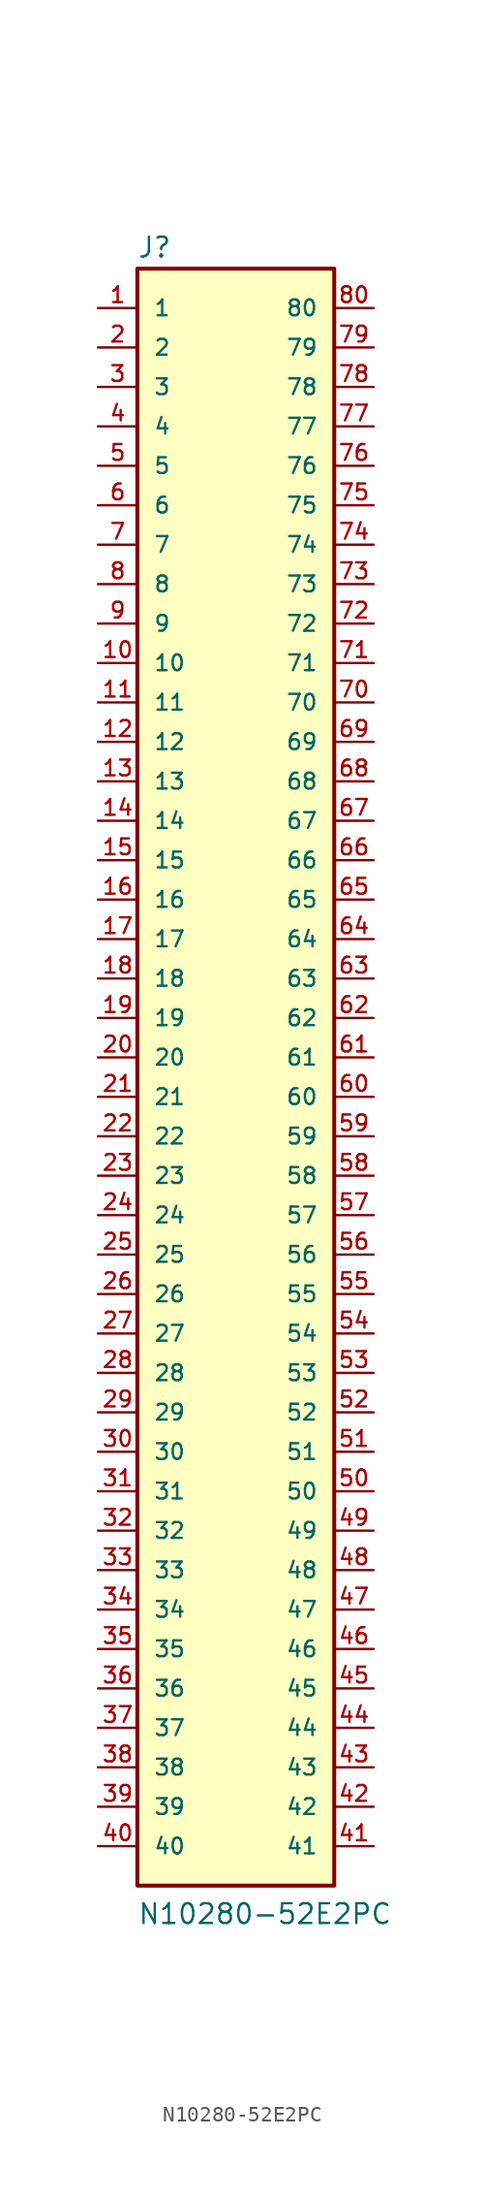
<source format=kicad_sym>
(kicad_symbol_lib
  (version 20211014)
  (generator kicad_symbol_editor)
  (symbol "N10280-52E2PC"
    (pin_names
      (offset 1.016))
    (property "Reference" "J"
      (at -7.637 51.422 0)
      (effects (font (size 1.27 1.27)) (justify bottom left)))
    (property "Value" "N10280-52E2PC"
      (at -7.624 -55.908 0)
      (effects (font (size 1.27 1.27)) (justify bottom left)))
    (symbol "N10280-52E2PC_0_0"
      (rectangle (start -7.62 -53.34) (end 5.08 50.8) (stroke (width 0.254)) (fill (type background)))
      (pin passive line (at -10.16 48.26 0) (length 2.54) (name "1" (effects (font (size 1.016 1.016)))) (number "1" (effects (font (size 1.016 1.016)))))
      (pin passive line (at -10.16 45.72 0) (length 2.54) (name "2" (effects (font (size 1.016 1.016)))) (number "2" (effects (font (size 1.016 1.016)))))
      (pin passive line (at -10.16 43.18 0) (length 2.54) (name "3" (effects (font (size 1.016 1.016)))) (number "3" (effects (font (size 1.016 1.016)))))
      (pin passive line (at -10.16 40.64 0) (length 2.54) (name "4" (effects (font (size 1.016 1.016)))) (number "4" (effects (font (size 1.016 1.016)))))
      (pin passive line (at -10.16 38.1 0) (length 2.54) (name "5" (effects (font (size 1.016 1.016)))) (number "5" (effects (font (size 1.016 1.016)))))
      (pin passive line (at -10.16 35.56 0) (length 2.54) (name "6" (effects (font (size 1.016 1.016)))) (number "6" (effects (font (size 1.016 1.016)))))
      (pin passive line (at -10.16 33.02 0) (length 2.54) (name "7" (effects (font (size 1.016 1.016)))) (number "7" (effects (font (size 1.016 1.016)))))
      (pin passive line (at -10.16 30.48 0) (length 2.54) (name "8" (effects (font (size 1.016 1.016)))) (number "8" (effects (font (size 1.016 1.016)))))
      (pin passive line (at -10.16 27.94 0) (length 2.54) (name "9" (effects (font (size 1.016 1.016)))) (number "9" (effects (font (size 1.016 1.016)))))
      (pin passive line (at -10.16 25.4 0) (length 2.54) (name "10" (effects (font (size 1.016 1.016)))) (number "10" (effects (font (size 1.016 1.016)))))
      (pin passive line (at -10.16 22.86 0) (length 2.54) (name "11" (effects (font (size 1.016 1.016)))) (number "11" (effects (font (size 1.016 1.016)))))
      (pin passive line (at -10.16 20.32 0) (length 2.54) (name "12" (effects (font (size 1.016 1.016)))) (number "12" (effects (font (size 1.016 1.016)))))
      (pin passive line (at -10.16 17.78 0) (length 2.54) (name "13" (effects (font (size 1.016 1.016)))) (number "13" (effects (font (size 1.016 1.016)))))
      (pin passive line (at -10.16 15.24 0) (length 2.54) (name "14" (effects (font (size 1.016 1.016)))) (number "14" (effects (font (size 1.016 1.016)))))
      (pin passive line (at -10.16 12.7 0) (length 2.54) (name "15" (effects (font (size 1.016 1.016)))) (number "15" (effects (font (size 1.016 1.016)))))
      (pin passive line (at -10.16 10.16 0) (length 2.54) (name "16" (effects (font (size 1.016 1.016)))) (number "16" (effects (font (size 1.016 1.016)))))
      (pin passive line (at -10.16 7.62 0) (length 2.54) (name "17" (effects (font (size 1.016 1.016)))) (number "17" (effects (font (size 1.016 1.016)))))
      (pin passive line (at -10.16 5.08 0) (length 2.54) (name "18" (effects (font (size 1.016 1.016)))) (number "18" (effects (font (size 1.016 1.016)))))
      (pin passive line (at -10.16 2.54 0) (length 2.54) (name "19" (effects (font (size 1.016 1.016)))) (number "19" (effects (font (size 1.016 1.016)))))
      (pin passive line (at -10.16 0.0 0) (length 2.54) (name "20" (effects (font (size 1.016 1.016)))) (number "20" (effects (font (size 1.016 1.016)))))
      (pin passive line (at -10.16 -2.54 0) (length 2.54) (name "21" (effects (font (size 1.016 1.016)))) (number "21" (effects (font (size 1.016 1.016)))))
      (pin passive line (at -10.16 -5.08 0) (length 2.54) (name "22" (effects (font (size 1.016 1.016)))) (number "22" (effects (font (size 1.016 1.016)))))
      (pin passive line (at -10.16 -7.62 0) (length 2.54) (name "23" (effects (font (size 1.016 1.016)))) (number "23" (effects (font (size 1.016 1.016)))))
      (pin passive line (at -10.16 -10.16 0) (length 2.54) (name "24" (effects (font (size 1.016 1.016)))) (number "24" (effects (font (size 1.016 1.016)))))
      (pin passive line (at -10.16 -12.7 0) (length 2.54) (name "25" (effects (font (size 1.016 1.016)))) (number "25" (effects (font (size 1.016 1.016)))))
      (pin passive line (at -10.16 -15.24 0) (length 2.54) (name "26" (effects (font (size 1.016 1.016)))) (number "26" (effects (font (size 1.016 1.016)))))
      (pin passive line (at -10.16 -17.78 0) (length 2.54) (name "27" (effects (font (size 1.016 1.016)))) (number "27" (effects (font (size 1.016 1.016)))))
      (pin passive line (at -10.16 -20.32 0) (length 2.54) (name "28" (effects (font (size 1.016 1.016)))) (number "28" (effects (font (size 1.016 1.016)))))
      (pin passive line (at -10.16 -22.86 0) (length 2.54) (name "29" (effects (font (size 1.016 1.016)))) (number "29" (effects (font (size 1.016 1.016)))))
      (pin passive line (at -10.16 -25.4 0) (length 2.54) (name "30" (effects (font (size 1.016 1.016)))) (number "30" (effects (font (size 1.016 1.016)))))
      (pin passive line (at -10.16 -27.94 0) (length 2.54) (name "31" (effects (font (size 1.016 1.016)))) (number "31" (effects (font (size 1.016 1.016)))))
      (pin passive line (at -10.16 -30.48 0) (length 2.54) (name "32" (effects (font (size 1.016 1.016)))) (number "32" (effects (font (size 1.016 1.016)))))
      (pin passive line (at -10.16 -33.02 0) (length 2.54) (name "33" (effects (font (size 1.016 1.016)))) (number "33" (effects (font (size 1.016 1.016)))))
      (pin passive line (at -10.16 -35.56 0) (length 2.54) (name "34" (effects (font (size 1.016 1.016)))) (number "34" (effects (font (size 1.016 1.016)))))
      (pin passive line (at -10.16 -38.1 0) (length 2.54) (name "35" (effects (font (size 1.016 1.016)))) (number "35" (effects (font (size 1.016 1.016)))))
      (pin passive line (at -10.16 -40.64 0) (length 2.54) (name "36" (effects (font (size 1.016 1.016)))) (number "36" (effects (font (size 1.016 1.016)))))
      (pin passive line (at -10.16 -43.18 0) (length 2.54) (name "37" (effects (font (size 1.016 1.016)))) (number "37" (effects (font (size 1.016 1.016)))))
      (pin passive line (at -10.16 -45.72 0) (length 2.54) (name "38" (effects (font (size 1.016 1.016)))) (number "38" (effects (font (size 1.016 1.016)))))
      (pin passive line (at -10.16 -48.26 0) (length 2.54) (name "39" (effects (font (size 1.016 1.016)))) (number "39" (effects (font (size 1.016 1.016)))))
      (pin passive line (at -10.16 -50.8 0) (length 2.54) (name "40" (effects (font (size 1.016 1.016)))) (number "40" (effects (font (size 1.016 1.016)))))
      (pin passive line (at 7.62 -50.8 180.0) (length 2.54) (name "41" (effects (font (size 1.016 1.016)))) (number "41" (effects (font (size 1.016 1.016)))))
      (pin passive line (at 7.62 -48.26 180.0) (length 2.54) (name "42" (effects (font (size 1.016 1.016)))) (number "42" (effects (font (size 1.016 1.016)))))
      (pin passive line (at 7.62 -45.72 180.0) (length 2.54) (name "43" (effects (font (size 1.016 1.016)))) (number "43" (effects (font (size 1.016 1.016)))))
      (pin passive line (at 7.62 -43.18 180.0) (length 2.54) (name "44" (effects (font (size 1.016 1.016)))) (number "44" (effects (font (size 1.016 1.016)))))
      (pin passive line (at 7.62 -40.64 180.0) (length 2.54) (name "45" (effects (font (size 1.016 1.016)))) (number "45" (effects (font (size 1.016 1.016)))))
      (pin passive line (at 7.62 -38.1 180.0) (length 2.54) (name "46" (effects (font (size 1.016 1.016)))) (number "46" (effects (font (size 1.016 1.016)))))
      (pin passive line (at 7.62 -35.56 180.0) (length 2.54) (name "47" (effects (font (size 1.016 1.016)))) (number "47" (effects (font (size 1.016 1.016)))))
      (pin passive line (at 7.62 -33.02 180.0) (length 2.54) (name "48" (effects (font (size 1.016 1.016)))) (number "48" (effects (font (size 1.016 1.016)))))
      (pin passive line (at 7.62 -30.48 180.0) (length 2.54) (name "49" (effects (font (size 1.016 1.016)))) (number "49" (effects (font (size 1.016 1.016)))))
      (pin passive line (at 7.62 -27.94 180.0) (length 2.54) (name "50" (effects (font (size 1.016 1.016)))) (number "50" (effects (font (size 1.016 1.016)))))
      (pin passive line (at 7.62 -25.4 180.0) (length 2.54) (name "51" (effects (font (size 1.016 1.016)))) (number "51" (effects (font (size 1.016 1.016)))))
      (pin passive line (at 7.62 -22.86 180.0) (length 2.54) (name "52" (effects (font (size 1.016 1.016)))) (number "52" (effects (font (size 1.016 1.016)))))
      (pin passive line (at 7.62 -20.32 180.0) (length 2.54) (name "53" (effects (font (size 1.016 1.016)))) (number "53" (effects (font (size 1.016 1.016)))))
      (pin passive line (at 7.62 -17.78 180.0) (length 2.54) (name "54" (effects (font (size 1.016 1.016)))) (number "54" (effects (font (size 1.016 1.016)))))
      (pin passive line (at 7.62 -15.24 180.0) (length 2.54) (name "55" (effects (font (size 1.016 1.016)))) (number "55" (effects (font (size 1.016 1.016)))))
      (pin passive line (at 7.62 -12.7 180.0) (length 2.54) (name "56" (effects (font (size 1.016 1.016)))) (number "56" (effects (font (size 1.016 1.016)))))
      (pin passive line (at 7.62 -10.16 180.0) (length 2.54) (name "57" (effects (font (size 1.016 1.016)))) (number "57" (effects (font (size 1.016 1.016)))))
      (pin passive line (at 7.62 -7.62 180.0) (length 2.54) (name "58" (effects (font (size 1.016 1.016)))) (number "58" (effects (font (size 1.016 1.016)))))
      (pin passive line (at 7.62 -5.08 180.0) (length 2.54) (name "59" (effects (font (size 1.016 1.016)))) (number "59" (effects (font (size 1.016 1.016)))))
      (pin passive line (at 7.62 -2.54 180.0) (length 2.54) (name "60" (effects (font (size 1.016 1.016)))) (number "60" (effects (font (size 1.016 1.016)))))
      (pin passive line (at 7.62 0.0 180.0) (length 2.54) (name "61" (effects (font (size 1.016 1.016)))) (number "61" (effects (font (size 1.016 1.016)))))
      (pin passive line (at 7.62 2.54 180.0) (length 2.54) (name "62" (effects (font (size 1.016 1.016)))) (number "62" (effects (font (size 1.016 1.016)))))
      (pin passive line (at 7.62 5.08 180.0) (length 2.54) (name "63" (effects (font (size 1.016 1.016)))) (number "63" (effects (font (size 1.016 1.016)))))
      (pin passive line (at 7.62 7.62 180.0) (length 2.54) (name "64" (effects (font (size 1.016 1.016)))) (number "64" (effects (font (size 1.016 1.016)))))
      (pin passive line (at 7.62 10.16 180.0) (length 2.54) (name "65" (effects (font (size 1.016 1.016)))) (number "65" (effects (font (size 1.016 1.016)))))
      (pin passive line (at 7.62 12.7 180.0) (length 2.54) (name "66" (effects (font (size 1.016 1.016)))) (number "66" (effects (font (size 1.016 1.016)))))
      (pin passive line (at 7.62 15.24 180.0) (length 2.54) (name "67" (effects (font (size 1.016 1.016)))) (number "67" (effects (font (size 1.016 1.016)))))
      (pin passive line (at 7.62 17.78 180.0) (length 2.54) (name "68" (effects (font (size 1.016 1.016)))) (number "68" (effects (font (size 1.016 1.016)))))
      (pin passive line (at 7.62 20.32 180.0) (length 2.54) (name "69" (effects (font (size 1.016 1.016)))) (number "69" (effects (font (size 1.016 1.016)))))
      (pin passive line (at 7.62 22.86 180.0) (length 2.54) (name "70" (effects (font (size 1.016 1.016)))) (number "70" (effects (font (size 1.016 1.016)))))
      (pin passive line (at 7.62 25.4 180.0) (length 2.54) (name "71" (effects (font (size 1.016 1.016)))) (number "71" (effects (font (size 1.016 1.016)))))
      (pin passive line (at 7.62 27.94 180.0) (length 2.54) (name "72" (effects (font (size 1.016 1.016)))) (number "72" (effects (font (size 1.016 1.016)))))
      (pin passive line (at 7.62 30.48 180.0) (length 2.54) (name "73" (effects (font (size 1.016 1.016)))) (number "73" (effects (font (size 1.016 1.016)))))
      (pin passive line (at 7.62 33.02 180.0) (length 2.54) (name "74" (effects (font (size 1.016 1.016)))) (number "74" (effects (font (size 1.016 1.016)))))
      (pin passive line (at 7.62 35.56 180.0) (length 2.54) (name "75" (effects (font (size 1.016 1.016)))) (number "75" (effects (font (size 1.016 1.016)))))
      (pin passive line (at 7.62 38.1 180.0) (length 2.54) (name "76" (effects (font (size 1.016 1.016)))) (number "76" (effects (font (size 1.016 1.016)))))
      (pin passive line (at 7.62 40.64 180.0) (length 2.54) (name "77" (effects (font (size 1.016 1.016)))) (number "77" (effects (font (size 1.016 1.016)))))
      (pin passive line (at 7.62 43.18 180.0) (length 2.54) (name "78" (effects (font (size 1.016 1.016)))) (number "78" (effects (font (size 1.016 1.016)))))
      (pin passive line (at 7.62 45.72 180.0) (length 2.54) (name "79" (effects (font (size 1.016 1.016)))) (number "79" (effects (font (size 1.016 1.016)))))
      (pin passive line (at 7.62 48.26 180.0) (length 2.54) (name "80" (effects (font (size 1.016 1.016)))) (number "80" (effects (font (size 1.016 1.016))))))))
</source>
